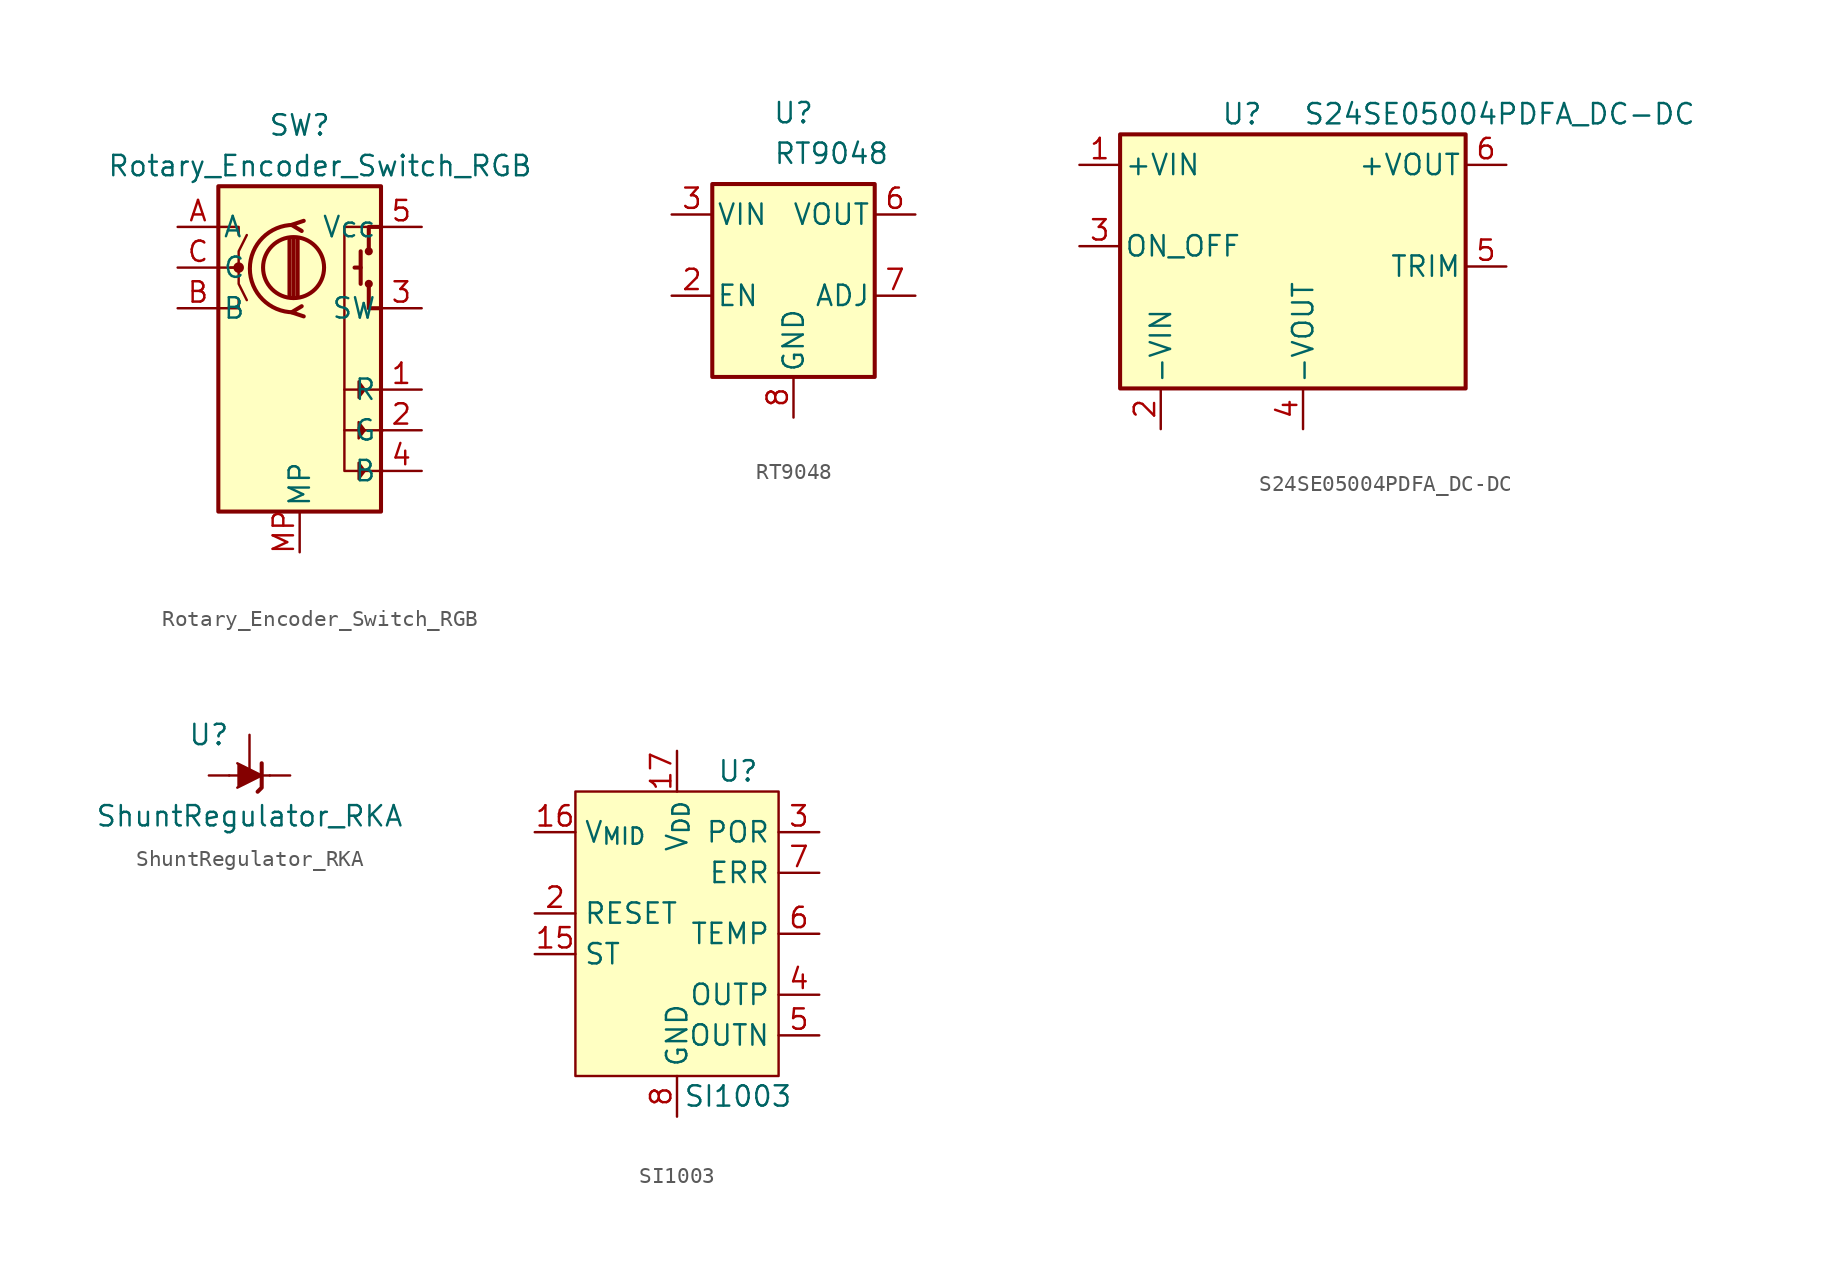
<source format=kicad_sym>
(kicad_symbol_lib
  (version 20220914)
  (generator kicad_symbol_editor)
  (symbol "Rotary_Encoder_Switch_RGB"
    (pin_names
      (offset 0.254))
    (property "Reference" "SW"
      (at 0 8.89 0)
      (effects (font (size 1.27 1.27))))
    (property "Value" "Rotary_Encoder_Switch_RGB"
      (at 1.27 6.35 0)
      (effects (font (size 1.27 1.27))))
    (symbol "Rotary_Encoder_Switch_RGB_0_1"
      (rectangle (start -5.08 5.08) (end 5.08 -15.24) (stroke (width 0.254) (type default)) (fill (type background)))
      (circle (center -3.81 0) (radius 0.254) (stroke (width 0) (type default)) (fill (type outline)))
      (circle (center -0.381 0) (radius 1.905) (stroke (width 0.254) (type default)) (fill (type none)))
      (arc (start -0.381 2.667) (mid -3.0988 -0.0635) (end -0.381 -2.794) (stroke (width 0.254) (type default)) (fill (type none)))
      (polyline (pts (xy -0.635 -1.778) (xy -0.635 1.778)) (stroke (width 0.254) (type default)) (fill (type none)))
      (polyline (pts (xy -0.381 -1.778) (xy -0.381 1.778)) (stroke (width 0.254) (type default)) (fill (type none)))
      (polyline (pts (xy -0.127 1.778) (xy -0.127 -1.778)) (stroke (width 0.254) (type default)) (fill (type none)))
      (polyline (pts (xy 2.794 -10.16) (xy 5.207 -10.16)) (stroke (width 0) (type default)) (fill (type none)))
      (polyline (pts (xy 3.81 0) (xy 3.429 0)) (stroke (width 0.254) (type default)) (fill (type none)))
      (polyline (pts (xy 3.81 1.016) (xy 3.81 -1.016)) (stroke (width 0.254) (type default)) (fill (type none)))
      (polyline (pts (xy 5.08 -7.62) (xy 2.794 -7.62)) (stroke (width 0) (type default)) (fill (type none)))
      (polyline (pts (xy -5.08 -2.54) (xy -3.81 -2.54) (xy -3.81 -2.032)) (stroke (width 0) (type default)) (fill (type none)))
      (polyline (pts (xy -5.08 2.54) (xy -3.81 2.54) (xy -3.81 2.032)) (stroke (width 0) (type default)) (fill (type none)))
      (polyline (pts (xy 0.254 -3.048) (xy -0.508 -2.794) (xy 0.127 -2.413)) (stroke (width 0.254) (type default)) (fill (type none)))
      (polyline (pts (xy 0.254 2.921) (xy -0.508 2.667) (xy 0.127 2.286)) (stroke (width 0.254) (type default)) (fill (type none)))
      (polyline (pts (xy 5.08 -2.54) (xy 4.318 -2.54) (xy 4.318 -1.016)) (stroke (width 0.254) (type default)) (fill (type none)))
      (polyline (pts (xy 5.08 2.54) (xy 4.318 2.54) (xy 4.318 1.016)) (stroke (width 0.254) (type default)) (fill (type none)))
      (polyline (pts (xy -5.08 0) (xy -3.81 0) (xy -3.81 -1.016) (xy -3.302 -2.032)) (stroke (width 0) (type default)) (fill (type none)))
      (polyline (pts (xy -4.318 0) (xy -3.81 0) (xy -3.81 1.016) (xy -3.302 2.032)) (stroke (width 0) (type default)) (fill (type none)))
      (polyline (pts (xy 5.08 2.54) (xy 2.794 2.54) (xy 2.794 -0.508) (xy 2.794 -12.7) (xy 5.207 -12.7)) (stroke (width 0) (type default)) (fill (type none)))
      (polyline (pts (xy 3.683 -7.62) (xy 3.683 -7.112) (xy 4.064 -7.62) (xy 3.683 -7.366) (xy 3.683 -7.493) (xy 3.81 -7.62)) (stroke (width 0) (type default)) (fill (type none)))
      (circle (center 4.318 -1.016) (radius 0.127) (stroke (width 0.254) (type default)) (fill (type none)))
      (circle (center 4.318 1.016) (radius 0.127) (stroke (width 0.254) (type default)) (fill (type none))))
    (symbol "Rotary_Encoder_Switch_RGB_1_1"
      (polyline (pts (xy 3.683 -12.7) (xy 3.683 -13.208) (xy 4.064 -12.7) (xy 3.683 -12.954) (xy 3.683 -12.827) (xy 3.81 -12.7)) (stroke (width 0) (type default)) (fill (type none)))
      (polyline (pts (xy 3.683 -12.7) (xy 3.683 -12.192) (xy 4.064 -12.7) (xy 3.683 -12.446) (xy 3.683 -12.573) (xy 3.81 -12.7)) (stroke (width 0) (type default)) (fill (type none)))
      (polyline (pts (xy 3.683 -10.16) (xy 3.683 -10.668) (xy 4.064 -10.16) (xy 3.683 -10.414) (xy 3.683 -10.287) (xy 3.81 -10.16)) (stroke (width 0) (type default)) (fill (type none)))
      (polyline (pts (xy 3.683 -10.16) (xy 3.683 -9.652) (xy 4.064 -10.16) (xy 3.683 -9.906) (xy 3.683 -10.033) (xy 3.81 -10.16)) (stroke (width 0) (type default)) (fill (type none)))
      (polyline (pts (xy 3.683 -7.62) (xy 3.683 -8.128) (xy 4.064 -7.62) (xy 3.683 -7.874) (xy 3.683 -7.747) (xy 3.81 -7.62)) (stroke (width 0) (type default)) (fill (type none)))
      (pin passive line (at 7.62 -7.62 180) (length 2.54) (name "R" (effects (font (size 1.27 1.27)))) (number "1" (effects (font (size 1.27 1.27)))))
      (pin passive line (at 7.62 -10.16 180) (length 2.54) (name "G" (effects (font (size 1.27 1.27)))) (number "2" (effects (font (size 1.27 1.27)))))
      (pin passive line (at 7.62 -2.54 180) (length 2.54) (name "SW" (effects (font (size 1.27 1.27)))) (number "3" (effects (font (size 1.27 1.27)))))
      (pin passive line (at 7.62 -12.7 180) (length 2.54) (name "B" (effects (font (size 1.27 1.27)))) (number "4" (effects (font (size 1.27 1.27)))))
      (pin power_in line (at 7.62 2.54 180) (length 2.54) (name "Vcc" (effects (font (size 1.27 1.27)))) (number "5" (effects (font (size 1.27 1.27)))))
      (pin passive line (at -7.62 2.54 0) (length 2.54) (name "A" (effects (font (size 1.27 1.27)))) (number "A" (effects (font (size 1.27 1.27)))))
      (pin passive line (at -7.62 -2.54 0) (length 2.54) (name "B" (effects (font (size 1.27 1.27)))) (number "B" (effects (font (size 1.27 1.27)))))
      (pin passive line (at -7.62 0 0) (length 2.54) (name "C" (effects (font (size 1.27 1.27)))) (number "C" (effects (font (size 1.27 1.27)))))
      (pin passive line (at 0 -17.78 90) (length 2.54) (name "MP" (effects (font (size 1.27 1.27)))) (number "MP" (effects (font (size 1.27 1.27)))))))
  (symbol "RT9048"
    (pin_names
      (offset 0.254))
    (property "Reference" "U"
      (at 0 6.35 0)
      (effects (font (size 1.27 1.27))))
    (property "Value" "RT9048"
      (at -1.27 3.81 0)
      (effects (font (size 1.27 1.27)) (justify left)))
    (symbol "RT9048_0_1"
      (rectangle (start -5.08 1.905) (end 5.08 -10.16) (stroke (width 0.254) (type default)) (fill (type background))))
    (symbol "RT9048_1_1"
      (pin no_connect line (at 1.27 -8.89 270) (length 2.54) hide (name "NC" (effects (font (size 1.27 1.27)))) (number "1" (effects (font (size 1.27 1.27)))))
      (pin input line (at -7.62 -5.08 0) (length 2.54) (name "EN" (effects (font (size 1.27 1.27)))) (number "2" (effects (font (size 1.27 1.27)))))
      (pin power_in line (at -7.62 0 0) (length 2.54) (name "VIN" (effects (font (size 1.27 1.27)))) (number "3" (effects (font (size 1.27 1.27)))))
      (pin no_connect line (at 2.54 -8.89 270) (length 2.54) hide (name "NC" (effects (font (size 1.27 1.27)))) (number "4" (effects (font (size 1.27 1.27)))))
      (pin no_connect line (at 3.81 -8.89 270) (length 2.54) hide (name "NC" (effects (font (size 1.27 1.27)))) (number "5" (effects (font (size 1.27 1.27)))))
      (pin power_out line (at 7.62 0 180) (length 2.54) (name "VOUT" (effects (font (size 1.27 1.27)))) (number "6" (effects (font (size 1.27 1.27)))))
      (pin passive line (at 7.62 -5.08 180) (length 2.54) (name "ADJ" (effects (font (size 1.27 1.27)))) (number "7" (effects (font (size 1.27 1.27)))))
      (pin power_in line (at 0 -12.7 90) (length 2.54) (name "GND" (effects (font (size 1.27 1.27)))) (number "8" (effects (font (size 1.27 1.27)))))
      (pin power_in line (at 0 -12.7 90) (length 2.54) hide (name "GND" (effects (font (size 1.27 1.27)))) (number "9" (effects (font (size 1.27 1.27)))))))
  (symbol "S24SE05004PDFA_DC-DC"
    (pin_names
      (offset 0.254))
    (property "Reference" "U"
      (at -3.81 5.715 0)
      (effects (font (size 1.27 1.27))))
    (property "Value" "S24SE05004PDFA_DC-DC"
      (at 0 5.715 0)
      (effects (font (size 1.27 1.27)) (justify left)))
    (symbol "S24SE05004PDFA_DC-DC_0_1"
      (rectangle (start -11.43 4.445) (end 10.16 -11.43) (stroke (width 0.254) (type default)) (fill (type background))))
    (symbol "S24SE05004PDFA_DC-DC_1_1"
      (pin power_in line (at -13.97 2.54 0) (length 2.54) (name "+VIN" (effects (font (size 1.27 1.27)))) (number "1" (effects (font (size 1.27 1.27)))))
      (pin power_in line (at -8.89 -13.97 90) (length 2.54) (name "-VIN" (effects (font (size 1.27 1.27)))) (number "2" (effects (font (size 1.27 1.27)))))
      (pin input line (at -13.97 -2.54 0) (length 2.54) (name "ON_OFF" (effects (font (size 1.27 1.27)))) (number "3" (effects (font (size 1.27 1.27)))))
      (pin power_in line (at 0 -13.97 90) (length 2.54) (name "-VOUT" (effects (font (size 1.27 1.27)))) (number "4" (effects (font (size 1.27 1.27)))))
      (pin input line (at 12.7 -3.81 180) (length 2.54) (name "TRIM" (effects (font (size 1.27 1.27)))) (number "5" (effects (font (size 1.27 1.27)))))
      (pin power_out line (at 12.7 2.54 180) (length 2.54) (name "+VOUT" (effects (font (size 1.27 1.27)))) (number "6" (effects (font (size 1.27 1.27)))))))
  (symbol "ShuntRegulator_RKA"
    (pin_numbers hide)
    (pin_names hide)
    (property "Reference" "U"
      (at -2.54 2.54 0)
      (effects (font (size 1.27 1.27))))
    (property "Value" "ShuntRegulator_RKA"
      (at 0 -2.54 0)
      (effects (font (size 1.27 1.27))))
    (symbol "ShuntRegulator_RKA_0_1"
      (polyline (pts (xy -1.27 0) (xy 0 0) (xy 1.27 0)) (stroke (width 0) (type default)) (fill (type none)))
      (polyline (pts (xy -0.762 0.762) (xy 0.762 0) (xy -0.762 -0.762)) (stroke (width 0) (type default)) (fill (type outline)))
      (polyline (pts (xy 0.508 -1.016) (xy 0.762 -0.762) (xy 0.762 0.762) (xy 0.762 0.762)) (stroke (width 0.254) (type default)) (fill (type none))))
    (symbol "ShuntRegulator_RKA_1_1"
      (pin passive line (at 0 2.54 270) (length 2.54) (name "REF" (effects (font (size 1.27 1.27)))) (number "1" (effects (font (size 1.27 1.27)))))
      (pin passive line (at 2.54 0 180) (length 1.27) (name "K" (effects (font (size 1.27 1.27)))) (number "2" (effects (font (size 1.27 1.27)))))
      (pin passive line (at -2.54 0 0) (length 1.27) (name "A" (effects (font (size 1.27 1.27)))) (number "3" (effects (font (size 1.27 1.27)))))))
  (symbol "SI1003"
    (property "Reference" "U"
      (at 3.81 10.16 0)
      (effects (font (size 1.27 1.27))))
    (property "Value" "SI1003"
      (at 3.81 -10.16 0)
      (effects (font (size 1.27 1.27))))
    (symbol "SI1003_0_1"
      (rectangle (start -6.35 8.89) (end 6.35 -8.89) (stroke (width 0) (type default)) (fill (type background))))
    (symbol "SI1003_1_1"
      (pin no_connect line (at -5.08 -11.43 90) (length 2.54) hide (name "NC" (effects (font (size 1.27 1.27)))) (number "1" (effects (font (size 1.27 1.27)))))
      (pin power_in line (at 0 -11.43 90) (length 2.54) hide (name "GND" (effects (font (size 1.27 1.27)))) (number "10" (effects (font (size 1.27 1.27)))))
      (pin power_out line (at 0 -11.43 90) (length 2.54) hide (name "GND" (effects (font (size 1.27 1.27)))) (number "11" (effects (font (size 1.27 1.27)))))
      (pin power_in line (at 0 -11.43 90) (length 2.54) hide (name "GND" (effects (font (size 1.27 1.27)))) (number "12" (effects (font (size 1.27 1.27)))))
      (pin no_connect line (at -2.54 -11.43 90) (length 2.54) hide (name "NC" (effects (font (size 1.27 1.27)))) (number "13" (effects (font (size 1.27 1.27)))))
      (pin power_in line (at 0 -11.43 90) (length 2.54) hide (name "GND" (effects (font (size 1.27 1.27)))) (number "14" (effects (font (size 1.27 1.27)))))
      (pin input line (at -8.89 -1.27 0) (length 2.54) (name "ST" (effects (font (size 1.27 1.27)))) (number "15" (effects (font (size 1.27 1.27)))))
      (pin output line (at -8.89 6.35 0) (length 2.54) (name "V_{MID}" (effects (font (size 1.27 1.27)))) (number "16" (effects (font (size 1.27 1.27)))))
      (pin power_in line (at 0 11.43 270) (length 2.54) (name "V_{DD}" (effects (font (size 1.27 1.27)))) (number "17" (effects (font (size 1.27 1.27)))))
      (pin power_in line (at 0 -11.43 90) (length 2.54) hide (name "GND" (effects (font (size 1.27 1.27)))) (number "18" (effects (font (size 1.27 1.27)))))
      (pin power_in line (at 0 -11.43 90) (length 2.54) hide (name "GND" (effects (font (size 1.27 1.27)))) (number "19" (effects (font (size 1.27 1.27)))))
      (pin input line (at -8.89 1.27 0) (length 2.54) (name "RESET" (effects (font (size 1.27 1.27)))) (number "2" (effects (font (size 1.27 1.27)))))
      (pin power_in line (at 0 -11.43 90) (length 2.54) hide (name "GND" (effects (font (size 1.27 1.27)))) (number "20" (effects (font (size 1.27 1.27)))))
      (pin output line (at 8.89 6.35 180) (length 2.54) (name "POR" (effects (font (size 1.27 1.27)))) (number "3" (effects (font (size 1.27 1.27)))))
      (pin output line (at 8.89 -3.81 180) (length 2.54) (name "OUTP" (effects (font (size 1.27 1.27)))) (number "4" (effects (font (size 1.27 1.27)))))
      (pin output line (at 8.89 -6.35 180) (length 2.54) (name "OUTN" (effects (font (size 1.27 1.27)))) (number "5" (effects (font (size 1.27 1.27)))))
      (pin output line (at 8.89 0 180) (length 2.54) (name "TEMP" (effects (font (size 1.27 1.27)))) (number "6" (effects (font (size 1.27 1.27)))))
      (pin output line (at 8.89 3.81 180) (length 2.54) (name "ERR" (effects (font (size 1.27 1.27)))) (number "7" (effects (font (size 1.27 1.27)))))
      (pin power_in line (at 0 -11.43 90) (length 2.54) (name "GND" (effects (font (size 1.27 1.27)))) (number "8" (effects (font (size 1.27 1.27)))))
      (pin power_in line (at 0 -11.43 90) (length 2.54) hide (name "GND" (effects (font (size 1.27 1.27)))) (number "9" (effects (font (size 1.27 1.27))))))))
</source>
